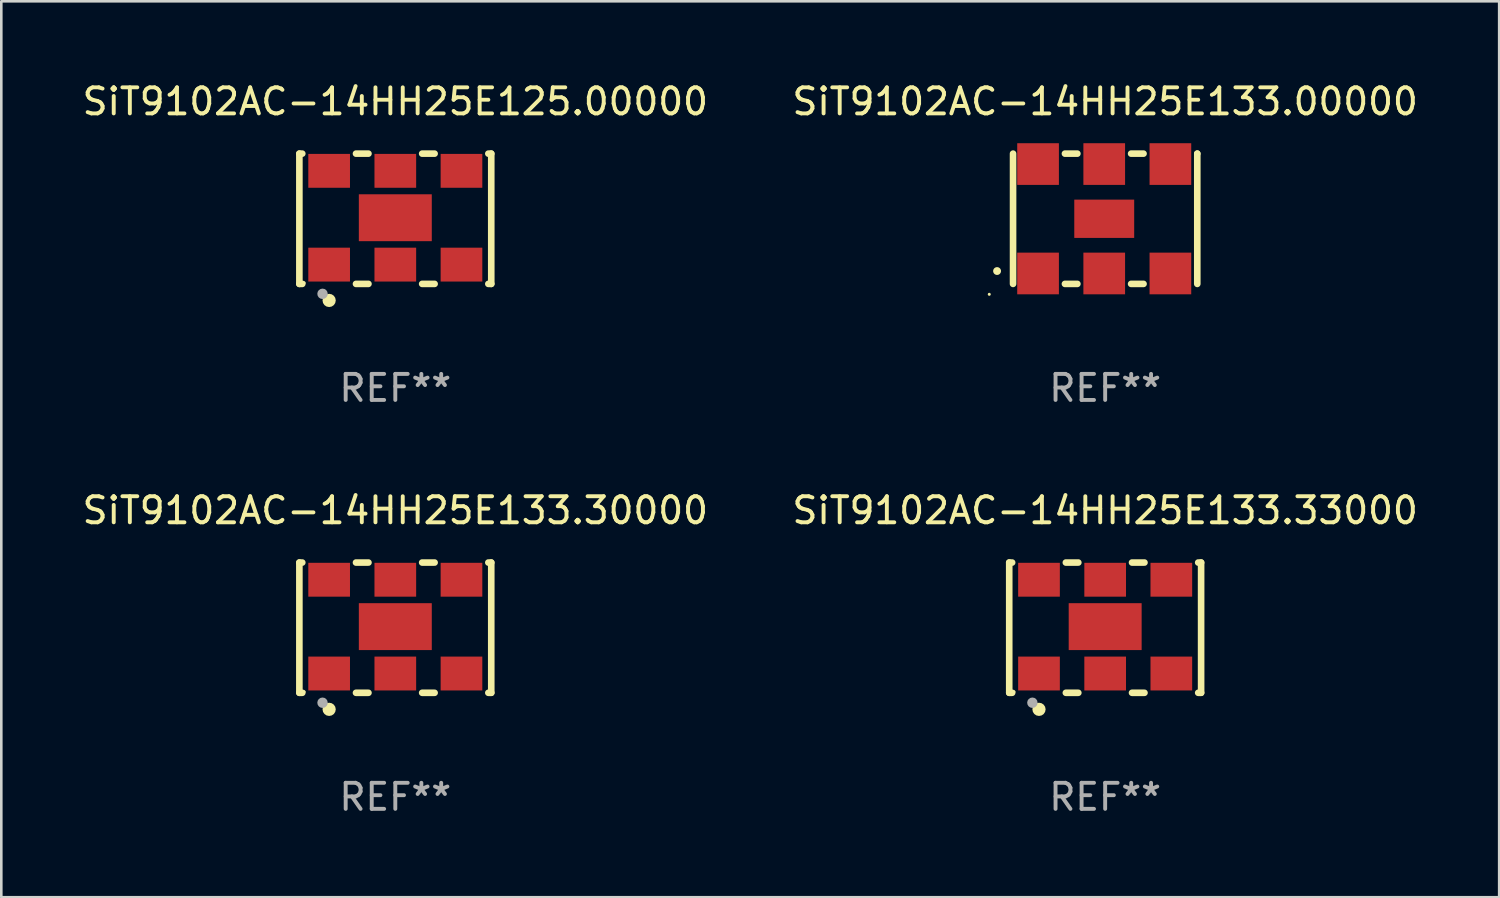
<source format=kicad_pcb>
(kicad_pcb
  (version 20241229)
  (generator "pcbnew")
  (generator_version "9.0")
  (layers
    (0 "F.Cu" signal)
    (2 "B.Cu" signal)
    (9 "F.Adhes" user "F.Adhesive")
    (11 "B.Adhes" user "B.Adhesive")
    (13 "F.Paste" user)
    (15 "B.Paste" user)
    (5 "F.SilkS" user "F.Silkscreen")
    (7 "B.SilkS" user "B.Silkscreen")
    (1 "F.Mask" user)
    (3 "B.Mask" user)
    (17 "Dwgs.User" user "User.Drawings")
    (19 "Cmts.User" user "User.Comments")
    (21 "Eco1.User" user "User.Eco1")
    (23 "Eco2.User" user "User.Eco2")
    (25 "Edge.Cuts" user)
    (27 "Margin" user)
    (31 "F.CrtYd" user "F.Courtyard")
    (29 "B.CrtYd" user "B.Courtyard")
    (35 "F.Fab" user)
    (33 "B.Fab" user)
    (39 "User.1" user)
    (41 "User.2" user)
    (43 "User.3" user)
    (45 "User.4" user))
  (footprint "SiT9102AC-14HH25E133.30000"
    (layer "F.Cu")
    (at 12.125 21.045)
    (property "Reference" "SiT9102AC-14HH25E133.30000" (at 0 -4.5 0) (layer "F.SilkS") (effects (font (size 1 1) (thickness 0.15))))
    (attr through_hole)
    (fp_line (start -3.683 -2.5) (end -3.571 -2.5) (stroke (width 0.254) (type solid)) (layer "F.SilkS"))
    (fp_line (start -3.683 2.5) (end -3.683 -2.5) (stroke (width 0.254) (type solid)) (layer "F.SilkS"))
    (fp_line (start -3.683 2.5) (end -3.571 2.5) (stroke (width 0.254) (type solid)) (layer "F.SilkS"))
    (fp_line (start -1.509 -2.5) (end -1.031 -2.5) (stroke (width 0.254) (type solid)) (layer "F.SilkS"))
    (fp_line (start -1.509 2.5) (end -1.031 2.5) (stroke (width 0.254) (type solid)) (layer "F.SilkS"))
    (fp_line (start 1.031 -2.5) (end 1.509 -2.5) (stroke (width 0.254) (type solid)) (layer "F.SilkS"))
    (fp_line (start 1.031 2.5) (end 1.509 2.5) (stroke (width 0.254) (type solid)) (layer "F.SilkS"))
    (fp_line (start 3.571 -2.5) (end 3.683 -2.5) (stroke (width 0.254) (type solid)) (layer "F.SilkS"))
    (fp_line (start 3.571 2.5) (end 3.683 2.5) (stroke (width 0.254) (type solid)) (layer "F.SilkS"))
    (fp_line (start 3.683 2.5) (end 3.683 -2.5) (stroke (width 0.254) (type solid)) (layer "F.SilkS"))
    (fp_circle (center -3.5 2.46) (end -3.47 2.46) (stroke (width 0.06) (type solid)) (fill no) (layer "F.SilkS"))
    (fp_circle (center -2.54 3.135) (end -2.413 3.135) (stroke (width 0.254) (type solid)) (fill no) (layer "F.SilkS"))
    (fp_circle (center -2.794 2.881) (end -2.694 2.881) (stroke (width 0.2) (type solid)) (fill no) (layer "F.Fab"))
    (fp_text user "REF**" (at 0 6.5 0) (layer "F.Fab") (effects (font (size 1 1) (thickness 0.15))))
    (pad "1" smd rect (at -2.54 1.76) (size 1.6 1.3) (layers "F.Cu" "F.Mask" "F.Paste"))
    (pad "2" smd rect (at 0 1.76) (size 1.6 1.3) (layers "F.Cu" "F.Mask" "F.Paste"))
    (pad "3" smd rect (at 2.54 1.76) (size 1.6 1.3) (layers "F.Cu" "F.Mask" "F.Paste"))
    (pad "4" smd rect (at 2.54 -1.84) (size 1.6 1.3) (layers "F.Cu" "F.Mask" "F.Paste"))
    (pad "5" smd rect (at 0 -1.84) (size 1.6 1.3) (layers "F.Cu" "F.Mask" "F.Paste"))
    (pad "6" smd rect (at -2.54 -1.84) (size 1.6 1.3) (layers "F.Cu" "F.Mask" "F.Paste"))
    (pad "7" smd rect (at 0 -0.04) (size 2.8 1.8) (layers "F.Cu" "F.Mask" "F.Paste")))
  (footprint "SiT9102AC-14HH25E133.00000"
    (layer "F.Cu")
    (at 39.375 5.348)
    (property "Reference" "SiT9102AC-14HH25E133.00000" (at 0 -4.5 0) (layer "F.SilkS") (effects (font (size 1 1) (thickness 0.15))))
    (attr through_hole)
    (fp_line (start -3.536 -2.5) (end -3.536 2.5) (stroke (width 0.254) (type solid)) (layer "F.SilkS"))
    (fp_line (start -1.544 2.5) (end -1.067 2.5) (stroke (width 0.254) (type solid)) (layer "F.SilkS"))
    (fp_line (start -1.067 -2.5) (end -1.544 -2.5) (stroke (width 0.254) (type solid)) (layer "F.SilkS"))
    (fp_line (start 0.996 2.5) (end 1.473 2.5) (stroke (width 0.254) (type solid)) (layer "F.SilkS"))
    (fp_line (start 1.473 -2.5) (end 0.996 -2.5) (stroke (width 0.254) (type solid)) (layer "F.SilkS"))
    (fp_line (start 3.536 -2.5) (end 3.536 -2.5) (stroke (width 0.254) (type solid)) (layer "F.SilkS"))
    (fp_line (start 3.536 2.5) (end 3.536 -2.5) (stroke (width 0.254) (type solid)) (layer "F.SilkS"))
    (fp_arc (start -4.150432 2.006604) (mid -4.149162 2.006599) (end -4.147892 2.006604) (stroke (width 0.3) (type solid)) (layer "F.SilkS"))
    (fp_circle (center -4.449 2.9) (end -4.419 2.9) (stroke (width 0.06) (type solid)) (fill no) (layer "F.SilkS"))
    (fp_text user "REF**" (at 0 6.5 0) (layer "F.Fab") (effects (font (size 1 1) (thickness 0.15))))
    (pad "1" smd rect (at -2.576 2.1) (size 1.6 1.6) (layers "F.Cu" "F.Mask" "F.Paste"))
    (pad "2" smd rect (at -0.036 2.1) (size 1.6 1.6) (layers "F.Cu" "F.Mask" "F.Paste"))
    (pad "3" smd rect (at 2.504 2.1) (size 1.6 1.6) (layers "F.Cu" "F.Mask" "F.Paste"))
    (pad "4" smd rect (at 2.504 -2.1) (size 1.6 1.6) (layers "F.Cu" "F.Mask" "F.Paste"))
    (pad "5" smd rect (at -0.036 -2.1) (size 1.6 1.6) (layers "F.Cu" "F.Mask" "F.Paste"))
    (pad "6" smd rect (at -2.576 -2.1) (size 1.6 1.6) (layers "F.Cu" "F.Mask" "F.Paste"))
    (pad "7" smd rect (at -0.036 0) (size 2.3 1.47) (layers "F.Cu" "F.Mask" "F.Paste")))
  (footprint "SiT9102AC-14HH25E133.33000"
    (layer "F.Cu")
    (at 39.375 21.045)
    (property "Reference" "SiT9102AC-14HH25E133.33000" (at 0 -4.5 0) (layer "F.SilkS") (effects (font (size 1 1) (thickness 0.15))))
    (attr through_hole)
    (fp_line (start -3.683 -2.5) (end -3.571 -2.5) (stroke (width 0.254) (type solid)) (layer "F.SilkS"))
    (fp_line (start -3.683 2.5) (end -3.683 -2.5) (stroke (width 0.254) (type solid)) (layer "F.SilkS"))
    (fp_line (start -3.683 2.5) (end -3.571 2.5) (stroke (width 0.254) (type solid)) (layer "F.SilkS"))
    (fp_line (start -1.509 -2.5) (end -1.031 -2.5) (stroke (width 0.254) (type solid)) (layer "F.SilkS"))
    (fp_line (start -1.509 2.5) (end -1.031 2.5) (stroke (width 0.254) (type solid)) (layer "F.SilkS"))
    (fp_line (start 1.031 -2.5) (end 1.509 -2.5) (stroke (width 0.254) (type solid)) (layer "F.SilkS"))
    (fp_line (start 1.031 2.5) (end 1.509 2.5) (stroke (width 0.254) (type solid)) (layer "F.SilkS"))
    (fp_line (start 3.571 -2.5) (end 3.683 -2.5) (stroke (width 0.254) (type solid)) (layer "F.SilkS"))
    (fp_line (start 3.571 2.5) (end 3.683 2.5) (stroke (width 0.254) (type solid)) (layer "F.SilkS"))
    (fp_line (start 3.683 2.5) (end 3.683 -2.5) (stroke (width 0.254) (type solid)) (layer "F.SilkS"))
    (fp_circle (center -3.5 2.46) (end -3.47 2.46) (stroke (width 0.06) (type solid)) (fill no) (layer "F.SilkS"))
    (fp_circle (center -2.54 3.135) (end -2.413 3.135) (stroke (width 0.254) (type solid)) (fill no) (layer "F.SilkS"))
    (fp_circle (center -2.794 2.881) (end -2.694 2.881) (stroke (width 0.2) (type solid)) (fill no) (layer "F.Fab"))
    (fp_text user "REF**" (at 0 6.5 0) (layer "F.Fab") (effects (font (size 1 1) (thickness 0.15))))
    (pad "1" smd rect (at -2.54 1.76) (size 1.6 1.3) (layers "F.Cu" "F.Mask" "F.Paste"))
    (pad "2" smd rect (at 0 1.76) (size 1.6 1.3) (layers "F.Cu" "F.Mask" "F.Paste"))
    (pad "3" smd rect (at 2.54 1.76) (size 1.6 1.3) (layers "F.Cu" "F.Mask" "F.Paste"))
    (pad "4" smd rect (at 2.54 -1.84) (size 1.6 1.3) (layers "F.Cu" "F.Mask" "F.Paste"))
    (pad "5" smd rect (at 0 -1.84) (size 1.6 1.3) (layers "F.Cu" "F.Mask" "F.Paste"))
    (pad "6" smd rect (at -2.54 -1.84) (size 1.6 1.3) (layers "F.Cu" "F.Mask" "F.Paste"))
    (pad "7" smd rect (at 0 -0.04) (size 2.8 1.8) (layers "F.Cu" "F.Mask" "F.Paste")))
  (footprint "SiT9102AC-14HH25E125.00000"
    (layer "F.Cu")
    (at 12.125 5.348)
    (property "Reference" "SiT9102AC-14HH25E125.00000" (at 0 -4.5 0) (layer "F.SilkS") (effects (font (size 1 1) (thickness 0.15))))
    (attr through_hole)
    (fp_line (start -3.683 -2.5) (end -3.571 -2.5) (stroke (width 0.254) (type solid)) (layer "F.SilkS"))
    (fp_line (start -3.683 2.5) (end -3.683 -2.5) (stroke (width 0.254) (type solid)) (layer "F.SilkS"))
    (fp_line (start -3.683 2.5) (end -3.571 2.5) (stroke (width 0.254) (type solid)) (layer "F.SilkS"))
    (fp_line (start -1.509 -2.5) (end -1.031 -2.5) (stroke (width 0.254) (type solid)) (layer "F.SilkS"))
    (fp_line (start -1.509 2.5) (end -1.031 2.5) (stroke (width 0.254) (type solid)) (layer "F.SilkS"))
    (fp_line (start 1.031 -2.5) (end 1.509 -2.5) (stroke (width 0.254) (type solid)) (layer "F.SilkS"))
    (fp_line (start 1.031 2.5) (end 1.509 2.5) (stroke (width 0.254) (type solid)) (layer "F.SilkS"))
    (fp_line (start 3.571 -2.5) (end 3.683 -2.5) (stroke (width 0.254) (type solid)) (layer "F.SilkS"))
    (fp_line (start 3.571 2.5) (end 3.683 2.5) (stroke (width 0.254) (type solid)) (layer "F.SilkS"))
    (fp_line (start 3.683 2.5) (end 3.683 -2.5) (stroke (width 0.254) (type solid)) (layer "F.SilkS"))
    (fp_circle (center -3.5 2.46) (end -3.47 2.46) (stroke (width 0.06) (type solid)) (fill no) (layer "F.SilkS"))
    (fp_circle (center -2.54 3.135) (end -2.413 3.135) (stroke (width 0.254) (type solid)) (fill no) (layer "F.SilkS"))
    (fp_circle (center -2.794 2.881) (end -2.694 2.881) (stroke (width 0.2) (type solid)) (fill no) (layer "F.Fab"))
    (fp_text user "REF**" (at 0 6.5 0) (layer "F.Fab") (effects (font (size 1 1) (thickness 0.15))))
    (pad "1" smd rect (at -2.54 1.76) (size 1.6 1.3) (layers "F.Cu" "F.Mask" "F.Paste"))
    (pad "2" smd rect (at 0 1.76) (size 1.6 1.3) (layers "F.Cu" "F.Mask" "F.Paste"))
    (pad "3" smd rect (at 2.54 1.76) (size 1.6 1.3) (layers "F.Cu" "F.Mask" "F.Paste"))
    (pad "4" smd rect (at 2.54 -1.84) (size 1.6 1.3) (layers "F.Cu" "F.Mask" "F.Paste"))
    (pad "5" smd rect (at 0 -1.84) (size 1.6 1.3) (layers "F.Cu" "F.Mask" "F.Paste"))
    (pad "6" smd rect (at -2.54 -1.84) (size 1.6 1.3) (layers "F.Cu" "F.Mask" "F.Paste"))
    (pad "7" smd rect (at 0 -0.04) (size 2.8 1.8) (layers "F.Cu" "F.Mask" "F.Paste")))
  (gr_rect
    (start -3 -3)
    (end 54.5 31.393)
    (stroke (width 0.1) (type default))
    (fill no)
    (layer "Edge.Cuts")))
</source>
